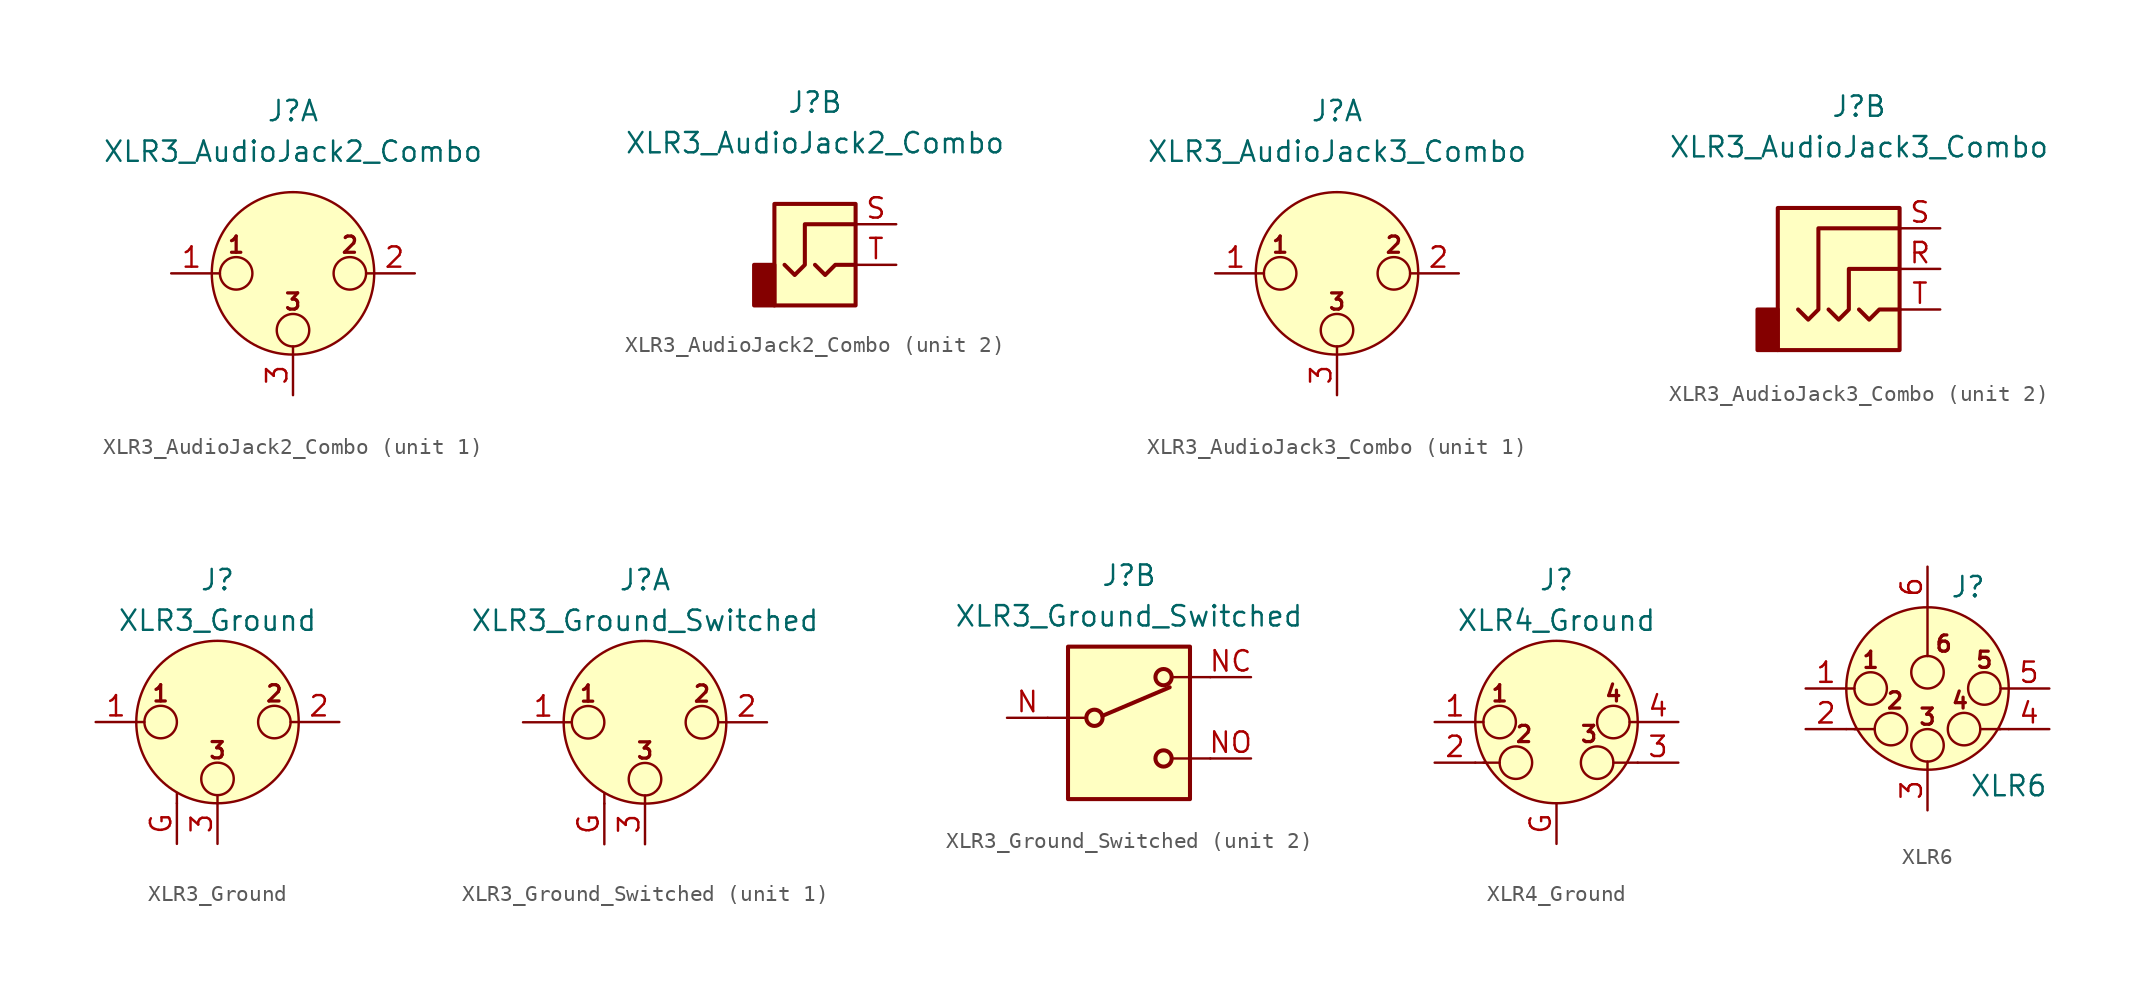
<source format=kicad_sym>
(kicad_symbol_lib
  (version 20231120)
  (generator "kicad_symbol_editor")
  (generator_version "8.0")
  (symbol "XLR3_AudioJack2_Combo"
    (pin_names hide)
    (property "Reference" "J"
      (at 0 10.16 0)
      (effects (font (size 1.27 1.27))))
    (property "Value" "XLR3_AudioJack2_Combo"
      (at 0 7.62 0)
      (effects (font (size 1.27 1.27))))
    (symbol "XLR3_AudioJack2_Combo_1_1"
      (circle (center -3.556 0) (radius 1.016) (stroke (width 0) (type default)) (fill (type none)))
      (circle (center 0 -3.556) (radius 1.016) (stroke (width 0) (type default)) (fill (type none)))
      (polyline (pts (xy -5.08 0) (xy -4.572 0)) (stroke (width 0) (type default)) (fill (type none)))
      (polyline (pts (xy 0 -5.08) (xy 0 -4.572)) (stroke (width 0) (type default)) (fill (type none)))
      (polyline (pts (xy 5.08 0) (xy 4.572 0)) (stroke (width 0) (type default)) (fill (type none)))
      (circle (center 0 0) (radius 5.08) (stroke (width 0) (type default)) (fill (type background)))
      (circle (center 3.556 0) (radius 1.016) (stroke (width 0) (type default)) (fill (type none)))
      (text "1" (at -3.556 1.778 0) (effects (font (size 1.016 1.016) (bold yes))))
      (text "2" (at 3.556 1.778 0) (effects (font (size 1.016 1.016) (bold yes))))
      (text "3" (at 0 -1.778 0) (effects (font (size 1.016 1.016) (bold yes))))
      (pin passive line (at -7.62 0 0) (length 2.54) (name "~" (effects (font (size 1.27 1.27)))) (number "1" (effects (font (size 1.27 1.27)))))
      (pin passive line (at 7.62 0 180) (length 2.54) (name "~" (effects (font (size 1.27 1.27)))) (number "2" (effects (font (size 1.27 1.27)))))
      (pin passive line (at 0 -7.62 90) (length 2.54) (name "~" (effects (font (size 1.27 1.27)))) (number "3" (effects (font (size 1.27 1.27))))))
    (symbol "XLR3_AudioJack2_Combo_2_1"
      (rectangle (start -2.54 0) (end -3.81 -2.54) (stroke (width 0.254) (type default)) (fill (type outline)))
      (polyline (pts (xy 0 0) (xy 0.635 -0.635) (xy 1.27 0) (xy 2.54 0)) (stroke (width 0.254) (type default)) (fill (type none)))
      (polyline (pts (xy 2.54 2.54) (xy -0.635 2.54) (xy -0.635 0) (xy -1.27 -0.635) (xy -1.905 0)) (stroke (width 0.254) (type default)) (fill (type none)))
      (rectangle (start 2.54 3.81) (end -2.54 -2.54) (stroke (width 0.254) (type default)) (fill (type background)))
      (pin passive line (at 5.08 2.54 180) (length 2.54) (name "~" (effects (font (size 1.27 1.27)))) (number "S" (effects (font (size 1.27 1.27)))))
      (pin passive line (at 5.08 0 180) (length 2.54) (name "~" (effects (font (size 1.27 1.27)))) (number "T" (effects (font (size 1.27 1.27)))))))
  (symbol "XLR3_AudioJack3_Combo"
    (pin_names hide)
    (property "Reference" "J"
      (at 0 10.16 0)
      (effects (font (size 1.27 1.27))))
    (property "Value" "XLR3_AudioJack3_Combo"
      (at 0 7.62 0)
      (effects (font (size 1.27 1.27))))
    (symbol "XLR3_AudioJack3_Combo_1_1"
      (circle (center -3.556 0) (radius 1.016) (stroke (width 0) (type default)) (fill (type none)))
      (circle (center 0 -3.556) (radius 1.016) (stroke (width 0) (type default)) (fill (type none)))
      (polyline (pts (xy -5.08 0) (xy -4.572 0)) (stroke (width 0) (type default)) (fill (type none)))
      (polyline (pts (xy 0 -5.08) (xy 0 -4.572)) (stroke (width 0) (type default)) (fill (type none)))
      (polyline (pts (xy 5.08 0) (xy 4.572 0)) (stroke (width 0) (type default)) (fill (type none)))
      (circle (center 0 0) (radius 5.08) (stroke (width 0) (type default)) (fill (type background)))
      (circle (center 3.556 0) (radius 1.016) (stroke (width 0) (type default)) (fill (type none)))
      (text "1" (at -3.556 1.778 0) (effects (font (size 1.016 1.016) (bold yes))))
      (text "2" (at 3.556 1.778 0) (effects (font (size 1.016 1.016) (bold yes))))
      (text "3" (at 0 -1.778 0) (effects (font (size 1.016 1.016) (bold yes))))
      (pin passive line (at -7.62 0 0) (length 2.54) (name "~" (effects (font (size 1.27 1.27)))) (number "1" (effects (font (size 1.27 1.27)))))
      (pin passive line (at 7.62 0 180) (length 2.54) (name "~" (effects (font (size 1.27 1.27)))) (number "2" (effects (font (size 1.27 1.27)))))
      (pin passive line (at 0 -7.62 90) (length 2.54) (name "~" (effects (font (size 1.27 1.27)))) (number "3" (effects (font (size 1.27 1.27))))))
    (symbol "XLR3_AudioJack3_Combo_2_1"
      (rectangle (start -5.08 -2.54) (end -6.35 -5.08) (stroke (width 0.254) (type default)) (fill (type outline)))
      (polyline (pts (xy 0 -2.54) (xy 0.635 -3.175) (xy 1.27 -2.54) (xy 2.54 -2.54)) (stroke (width 0.254) (type default)) (fill (type none)))
      (polyline (pts (xy -1.905 -2.54) (xy -1.27 -3.175) (xy -0.635 -2.54) (xy -0.635 0) (xy 2.54 0)) (stroke (width 0.254) (type default)) (fill (type none)))
      (polyline (pts (xy 2.54 2.54) (xy -2.54 2.54) (xy -2.54 -2.54) (xy -3.175 -3.175) (xy -3.81 -2.54)) (stroke (width 0.254) (type default)) (fill (type none)))
      (rectangle (start 2.54 3.81) (end -5.08 -5.08) (stroke (width 0.254) (type default)) (fill (type background)))
      (pin passive line (at 5.08 0 180) (length 2.54) (name "~" (effects (font (size 1.27 1.27)))) (number "R" (effects (font (size 1.27 1.27)))))
      (pin passive line (at 5.08 2.54 180) (length 2.54) (name "~" (effects (font (size 1.27 1.27)))) (number "S" (effects (font (size 1.27 1.27)))))
      (pin passive line (at 5.08 -2.54 180) (length 2.54) (name "~" (effects (font (size 1.27 1.27)))) (number "T" (effects (font (size 1.27 1.27)))))))
  (symbol "XLR3_Ground"
    (pin_names hide)
    (property "Reference" "J"
      (at 0 8.89 0)
      (effects (font (size 1.27 1.27))))
    (property "Value" "XLR3_Ground"
      (at 0 6.35 0)
      (effects (font (size 1.27 1.27))))
    (symbol "XLR3_Ground_0_1"
      (circle (center -3.556 0) (radius 1.016) (stroke (width 0) (type default)) (fill (type none)))
      (circle (center 0 -3.556) (radius 1.016) (stroke (width 0) (type default)) (fill (type none)))
      (polyline (pts (xy -5.08 0) (xy -4.572 0)) (stroke (width 0) (type default)) (fill (type none)))
      (polyline (pts (xy -2.54 -5.08) (xy -2.54 -4.445)) (stroke (width 0) (type default)) (fill (type none)))
      (polyline (pts (xy 0 -5.08) (xy 0 -4.572)) (stroke (width 0) (type default)) (fill (type none)))
      (polyline (pts (xy 5.08 0) (xy 4.572 0)) (stroke (width 0) (type default)) (fill (type none)))
      (circle (center 0 0) (radius 5.08) (stroke (width 0) (type default)) (fill (type background)))
      (circle (center 3.556 0) (radius 1.016) (stroke (width 0) (type default)) (fill (type none)))
      (text "1" (at -3.556 1.778 0) (effects (font (size 1.016 1.016) (bold yes))))
      (text "2" (at 3.556 1.778 0) (effects (font (size 1.016 1.016) (bold yes))))
      (text "3" (at 0 -1.778 0) (effects (font (size 1.016 1.016) (bold yes))))
      (pin passive line (at -7.62 0 0) (length 2.54) (name "~" (effects (font (size 1.27 1.27)))) (number "1" (effects (font (size 1.27 1.27)))))
      (pin passive line (at 7.62 0 180) (length 2.54) (name "~" (effects (font (size 1.27 1.27)))) (number "2" (effects (font (size 1.27 1.27)))))
      (pin passive line (at 0 -7.62 90) (length 2.54) (name "~" (effects (font (size 1.27 1.27)))) (number "3" (effects (font (size 1.27 1.27))))))
    (symbol "XLR3_Ground_1_1"
      (pin passive line (at -2.54 -7.62 90) (length 2.54) (name "~" (effects (font (size 1.27 1.27)))) (number "G" (effects (font (size 1.27 1.27)))))))
  (symbol "XLR3_Ground_Switched"
    (pin_names hide)
    (property "Reference" "J"
      (at 0 8.89 0)
      (effects (font (size 1.27 1.27))))
    (property "Value" "XLR3_Ground_Switched"
      (at 0 6.35 0)
      (effects (font (size 1.27 1.27))))
    (symbol "XLR3_Ground_Switched_1_1"
      (circle (center -3.556 0) (radius 1.016) (stroke (width 0) (type default)) (fill (type none)))
      (circle (center 0 -3.556) (radius 1.016) (stroke (width 0) (type default)) (fill (type none)))
      (polyline (pts (xy -5.08 0) (xy -4.572 0)) (stroke (width 0) (type default)) (fill (type none)))
      (polyline (pts (xy -2.54 -5.08) (xy -2.54 -4.445)) (stroke (width 0) (type default)) (fill (type none)))
      (polyline (pts (xy 0 -5.08) (xy 0 -4.572)) (stroke (width 0) (type default)) (fill (type none)))
      (polyline (pts (xy 5.08 0) (xy 4.572 0)) (stroke (width 0) (type default)) (fill (type none)))
      (circle (center 0 0) (radius 5.08) (stroke (width 0) (type default)) (fill (type background)))
      (circle (center 3.556 0) (radius 1.016) (stroke (width 0) (type default)) (fill (type none)))
      (text "1" (at -3.556 1.778 0) (effects (font (size 1.016 1.016) (bold yes))))
      (text "2" (at 3.556 1.778 0) (effects (font (size 1.016 1.016) (bold yes))))
      (text "3" (at 0 -1.778 0) (effects (font (size 1.016 1.016) (bold yes))))
      (pin passive line (at -7.62 0 0) (length 2.54) (name "~" (effects (font (size 1.27 1.27)))) (number "1" (effects (font (size 1.27 1.27)))))
      (pin passive line (at 7.62 0 180) (length 2.54) (name "~" (effects (font (size 1.27 1.27)))) (number "2" (effects (font (size 1.27 1.27)))))
      (pin passive line (at 0 -7.62 90) (length 2.54) (name "~" (effects (font (size 1.27 1.27)))) (number "3" (effects (font (size 1.27 1.27)))))
      (pin passive line (at -2.54 -7.62 90) (length 2.54) (name "~" (effects (font (size 1.27 1.27)))) (number "G" (effects (font (size 1.27 1.27))))))
    (symbol "XLR3_Ground_Switched_2_1"
      (rectangle (start -3.81 4.445) (end 3.81 -5.08) (stroke (width 0.254) (type default)) (fill (type background)))
      (circle (center -2.159 0) (radius 0.508) (stroke (width 0.254) (type default)) (fill (type none)))
      (polyline (pts (xy -5.08 0) (xy -2.794 0)) (stroke (width 0) (type default)) (fill (type none)))
      (polyline (pts (xy -1.651 0.127) (xy 2.54 1.905)) (stroke (width 0.254) (type default)) (fill (type none)))
      (polyline (pts (xy 5.08 -2.54) (xy 2.794 -2.54)) (stroke (width 0) (type default)) (fill (type none)))
      (polyline (pts (xy 5.08 2.54) (xy 2.794 2.54)) (stroke (width 0) (type default)) (fill (type none)))
      (circle (center 2.159 -2.54) (radius 0.508) (stroke (width 0.254) (type default)) (fill (type none)))
      (circle (center 2.159 2.54) (radius 0.508) (stroke (width 0.254) (type default)) (fill (type none)))
      (pin passive line (at -7.62 0 0) (length 2.54) (name "~" (effects (font (size 1.27 1.27)))) (number "N" (effects (font (size 1.27 1.27)))))
      (pin passive line (at 7.62 2.54 180) (length 2.54) (name "~" (effects (font (size 1.27 1.27)))) (number "NC" (effects (font (size 1.27 1.27)))))
      (pin passive line (at 7.62 -2.54 180) (length 2.54) (name "~" (effects (font (size 1.27 1.27)))) (number "NO" (effects (font (size 1.27 1.27)))))))
  (symbol "XLR4_Ground"
    (pin_names hide)
    (property "Reference" "J"
      (at 0 8.89 0)
      (effects (font (size 1.27 1.27))))
    (property "Value" "XLR4_Ground"
      (at 0 6.35 0)
      (effects (font (size 1.27 1.27))))
    (symbol "XLR4_Ground_0_1"
      (circle (center -3.556 0) (radius 1.016) (stroke (width 0) (type default)) (fill (type none)))
      (circle (center -2.54 -2.54) (radius 1.016) (stroke (width 0) (type default)) (fill (type none)))
      (polyline (pts (xy -5.08 -2.54) (xy -4.445 -2.54)) (stroke (width 0) (type default)) (fill (type none)))
      (polyline (pts (xy -5.08 0) (xy -4.572 0)) (stroke (width 0) (type default)) (fill (type none)))
      (polyline (pts (xy -4.572 -2.54) (xy -3.556 -2.54)) (stroke (width 0) (type default)) (fill (type none)))
      (polyline (pts (xy 4.318 -2.54) (xy 3.556 -2.54)) (stroke (width 0) (type default)) (fill (type none)))
      (polyline (pts (xy 5.08 -2.54) (xy 4.445 -2.54)) (stroke (width 0) (type default)) (fill (type none)))
      (polyline (pts (xy 5.08 0) (xy 4.572 0)) (stroke (width 0) (type default)) (fill (type none)))
      (circle (center 0 0) (radius 5.08) (stroke (width 0) (type default)) (fill (type background)))
      (circle (center 2.54 -2.54) (radius 1.016) (stroke (width 0) (type default)) (fill (type none)))
      (circle (center 3.556 0) (radius 1.016) (stroke (width 0) (type default)) (fill (type none)))
      (text "1" (at -3.556 1.778 0) (effects (font (size 1.016 1.016) (bold yes))))
      (text "2" (at -2.032 -0.762 0) (effects (font (size 1.016 1.016) (bold yes))))
      (text "3" (at 2.032 -0.762 0) (effects (font (size 1.016 1.016) (bold yes))))
      (text "4" (at 3.556 1.778 0) (effects (font (size 1.016 1.016) (bold yes)))))
    (symbol "XLR4_Ground_1_1"
      (pin passive line (at -7.62 0 0) (length 2.54) (name "~" (effects (font (size 1.27 1.27)))) (number "1" (effects (font (size 1.27 1.27)))))
      (pin passive line (at -7.62 -2.54 0) (length 2.54) (name "~" (effects (font (size 1.27 1.27)))) (number "2" (effects (font (size 1.27 1.27)))))
      (pin passive line (at 7.62 -2.54 180) (length 2.54) (name "~" (effects (font (size 1.27 1.27)))) (number "3" (effects (font (size 1.27 1.27)))))
      (pin passive line (at 7.62 0 180) (length 2.54) (name "~" (effects (font (size 1.27 1.27)))) (number "4" (effects (font (size 1.27 1.27)))))
      (pin passive line (at 0 -7.62 90) (length 2.54) (name "~" (effects (font (size 1.27 1.27)))) (number "G" (effects (font (size 1.27 1.27)))))))
  (symbol "XLR6"
    (pin_names hide)
    (property "Reference" "J"
      (at 2.54 6.35 0)
      (effects (font (size 1.27 1.27))))
    (property "Value" "XLR6"
      (at 5.08 -6.096 0)
      (effects (font (size 1.27 1.27))))
    (symbol "XLR6_0_1"
      (circle (center -3.556 0) (radius 1.016) (stroke (width 0) (type default)) (fill (type none)))
      (circle (center -2.286 -2.54) (radius 1.016) (stroke (width 0) (type default)) (fill (type none)))
      (circle (center 0 -3.556) (radius 1.016) (stroke (width 0) (type default)) (fill (type none)))
      (polyline (pts (xy -5.08 -2.54) (xy -4.445 -2.54)) (stroke (width 0) (type default)) (fill (type none)))
      (polyline (pts (xy -5.08 0) (xy -4.572 0)) (stroke (width 0) (type default)) (fill (type none)))
      (polyline (pts (xy -4.572 -2.54) (xy -3.302 -2.54)) (stroke (width 0) (type default)) (fill (type none)))
      (polyline (pts (xy 0 -5.08) (xy 0 -4.572)) (stroke (width 0) (type default)) (fill (type none)))
      (polyline (pts (xy 0 5.08) (xy 0 2.032)) (stroke (width 0) (type default)) (fill (type none)))
      (polyline (pts (xy 4.572 -2.54) (xy 3.302 -2.54)) (stroke (width 0) (type default)) (fill (type none)))
      (polyline (pts (xy 5.08 -2.54) (xy 4.445 -2.54)) (stroke (width 0) (type default)) (fill (type none)))
      (polyline (pts (xy 5.08 0) (xy 4.572 0)) (stroke (width 0) (type default)) (fill (type none)))
      (circle (center 0 0) (radius 5.08) (stroke (width 0) (type default)) (fill (type background)))
      (circle (center 0 1.016) (radius 1.016) (stroke (width 0) (type default)) (fill (type none)))
      (circle (center 2.286 -2.54) (radius 1.016) (stroke (width 0) (type default)) (fill (type none)))
      (circle (center 3.556 0) (radius 1.016) (stroke (width 0) (type default)) (fill (type none)))
      (text "1" (at -3.556 1.778 0) (effects (font (size 1.016 1.016) (bold yes))))
      (text "2" (at -2.032 -0.762 0) (effects (font (size 1.016 1.016) (bold yes))))
      (text "3" (at 0 -1.778 0) (effects (font (size 1.016 1.016) (bold yes))))
      (text "4" (at 2.032 -0.762 0) (effects (font (size 1.016 1.016) (bold yes))))
      (text "5" (at 3.556 1.778 0) (effects (font (size 1.016 1.016) (bold yes))))
      (text "6" (at 1.016 2.794 0) (effects (font (size 1.016 1.016) (bold yes)))))
    (symbol "XLR6_1_1"
      (pin passive line (at -7.62 0 0) (length 2.54) (name "P1" (effects (font (size 1.27 1.27)))) (number "1" (effects (font (size 1.27 1.27)))))
      (pin passive line (at -7.62 -2.54 0) (length 2.54) (name "P2" (effects (font (size 1.27 1.27)))) (number "2" (effects (font (size 1.27 1.27)))))
      (pin passive line (at 0 -7.62 90) (length 2.54) (name "P3" (effects (font (size 1.27 1.27)))) (number "3" (effects (font (size 1.27 1.27)))))
      (pin passive line (at 7.62 -2.54 180) (length 2.54) (name "P3" (effects (font (size 1.27 1.27)))) (number "4" (effects (font (size 1.27 1.27)))))
      (pin passive line (at 7.62 0 180) (length 2.54) (name "P5" (effects (font (size 1.27 1.27)))) (number "5" (effects (font (size 1.27 1.27)))))
      (pin passive line (at 0 7.62 270) (length 2.54) (name "P6" (effects (font (size 1.27 1.27)))) (number "6" (effects (font (size 1.27 1.27))))))))
</source>
